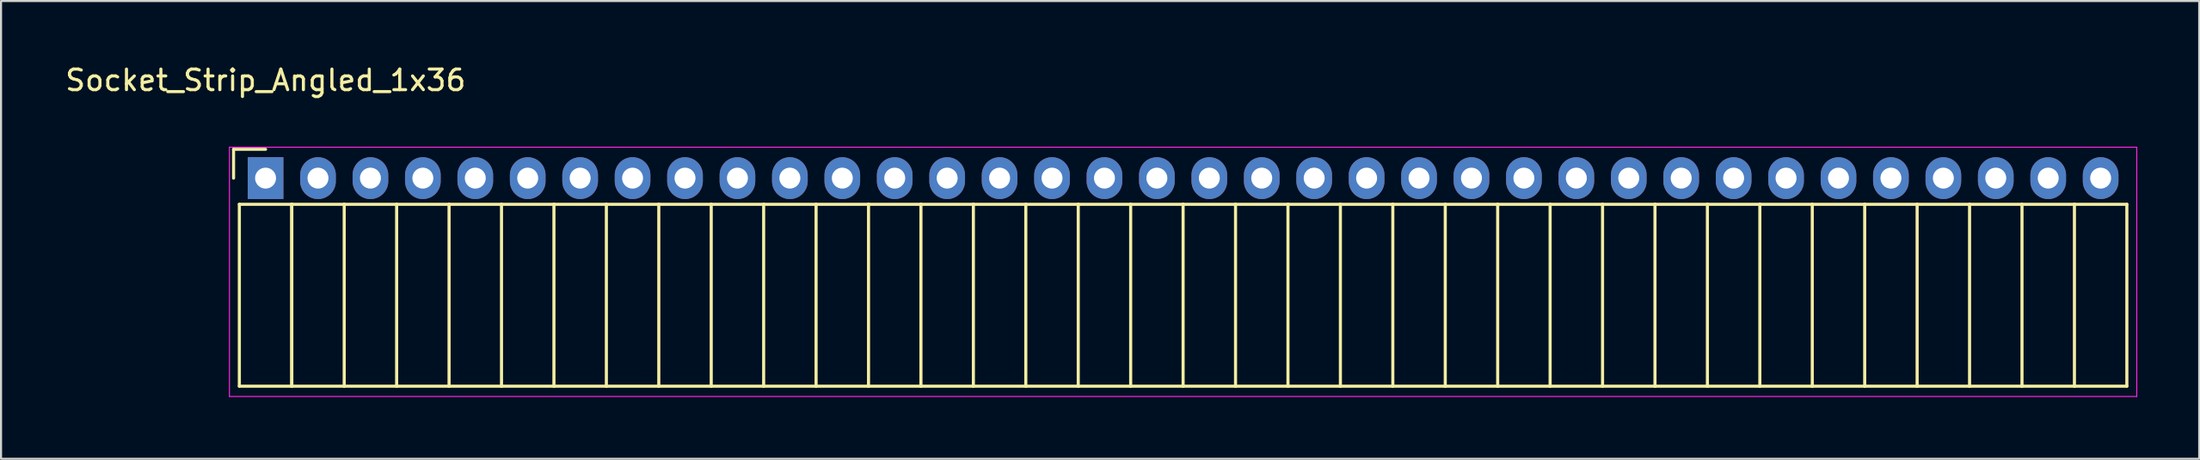
<source format=kicad_pcb>
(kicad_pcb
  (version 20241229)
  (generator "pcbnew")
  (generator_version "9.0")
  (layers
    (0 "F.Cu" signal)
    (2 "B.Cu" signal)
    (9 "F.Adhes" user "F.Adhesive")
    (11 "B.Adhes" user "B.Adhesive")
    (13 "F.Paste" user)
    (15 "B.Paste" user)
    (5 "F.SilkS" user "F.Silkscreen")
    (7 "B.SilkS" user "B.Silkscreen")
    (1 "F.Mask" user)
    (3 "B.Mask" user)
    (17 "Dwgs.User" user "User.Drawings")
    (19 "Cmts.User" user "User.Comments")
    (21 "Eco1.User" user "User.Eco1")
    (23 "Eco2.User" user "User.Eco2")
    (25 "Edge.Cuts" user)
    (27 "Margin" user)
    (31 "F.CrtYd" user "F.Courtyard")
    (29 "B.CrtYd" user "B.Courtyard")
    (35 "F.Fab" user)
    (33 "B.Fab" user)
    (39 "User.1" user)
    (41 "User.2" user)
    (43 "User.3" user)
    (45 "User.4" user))
  (footprint "Socket_Strip_Angled_1x36"
    (layer "F.Cu")
    (at 9.815 5.598)
    (property "Reference" "Socket_Strip_Angled_1x36" (at 0 -4.75 0) (layer "F.SilkS") (effects (font (size 1 1) (thickness 0.15))))
    (attr through_hole)
    (fp_line (start -1.55 -1.4) (end -1.55 0) (stroke (width 0.15) (type solid)) (layer "F.SilkS"))
    (fp_line (start -1.27 1.27) (end -1.27 10.1) (stroke (width 0.15) (type solid)) (layer "F.SilkS"))
    (fp_line (start -1.27 1.27) (end 1.27 1.27) (stroke (width 0.15) (type solid)) (layer "F.SilkS"))
    (fp_line (start -1.27 10.1) (end 1.27 10.1) (stroke (width 0.15) (type solid)) (layer "F.SilkS"))
    (fp_line (start 0 -1.4) (end -1.55 -1.4) (stroke (width 0.15) (type solid)) (layer "F.SilkS"))
    (fp_line (start 1.27 1.27) (end 1.27 10.1) (stroke (width 0.15) (type solid)) (layer "F.SilkS"))
    (fp_line (start 1.27 1.27) (end 3.81 1.27) (stroke (width 0.15) (type solid)) (layer "F.SilkS"))
    (fp_line (start 1.27 10.1) (end 1.27 1.27) (stroke (width 0.15) (type solid)) (layer "F.SilkS"))
    (fp_line (start 1.27 10.1) (end 3.81 10.1) (stroke (width 0.15) (type solid)) (layer "F.SilkS"))
    (fp_line (start 3.81 1.27) (end 6.35 1.27) (stroke (width 0.15) (type solid)) (layer "F.SilkS"))
    (fp_line (start 3.81 10.1) (end 3.81 1.27) (stroke (width 0.15) (type solid)) (layer "F.SilkS"))
    (fp_line (start 3.81 10.1) (end 6.35 10.1) (stroke (width 0.15) (type solid)) (layer "F.SilkS"))
    (fp_line (start 6.35 1.27) (end 8.89 1.27) (stroke (width 0.15) (type solid)) (layer "F.SilkS"))
    (fp_line (start 6.35 10.1) (end 6.35 1.27) (stroke (width 0.15) (type solid)) (layer "F.SilkS"))
    (fp_line (start 6.35 10.1) (end 8.89 10.1) (stroke (width 0.15) (type solid)) (layer "F.SilkS"))
    (fp_line (start 8.89 1.27) (end 11.43 1.27) (stroke (width 0.15) (type solid)) (layer "F.SilkS"))
    (fp_line (start 8.89 10.1) (end 8.89 1.27) (stroke (width 0.15) (type solid)) (layer "F.SilkS"))
    (fp_line (start 8.89 10.1) (end 11.43 10.1) (stroke (width 0.15) (type solid)) (layer "F.SilkS"))
    (fp_line (start 11.43 1.27) (end 13.97 1.27) (stroke (width 0.15) (type solid)) (layer "F.SilkS"))
    (fp_line (start 11.43 10.1) (end 11.43 1.27) (stroke (width 0.15) (type solid)) (layer "F.SilkS"))
    (fp_line (start 11.43 10.1) (end 13.97 10.1) (stroke (width 0.15) (type solid)) (layer "F.SilkS"))
    (fp_line (start 13.97 1.27) (end 16.51 1.27) (stroke (width 0.15) (type solid)) (layer "F.SilkS"))
    (fp_line (start 13.97 10.1) (end 13.97 1.27) (stroke (width 0.15) (type solid)) (layer "F.SilkS"))
    (fp_line (start 13.97 10.1) (end 16.51 10.1) (stroke (width 0.15) (type solid)) (layer "F.SilkS"))
    (fp_line (start 16.51 1.27) (end 19.05 1.27) (stroke (width 0.15) (type solid)) (layer "F.SilkS"))
    (fp_line (start 16.51 10.1) (end 16.51 1.27) (stroke (width 0.15) (type solid)) (layer "F.SilkS"))
    (fp_line (start 16.51 10.1) (end 19.05 10.1) (stroke (width 0.15) (type solid)) (layer "F.SilkS"))
    (fp_line (start 19.05 1.27) (end 21.59 1.27) (stroke (width 0.15) (type solid)) (layer "F.SilkS"))
    (fp_line (start 19.05 10.1) (end 19.05 1.27) (stroke (width 0.15) (type solid)) (layer "F.SilkS"))
    (fp_line (start 19.05 10.1) (end 21.59 10.1) (stroke (width 0.15) (type solid)) (layer "F.SilkS"))
    (fp_line (start 21.59 1.27) (end 24.13 1.27) (stroke (width 0.15) (type solid)) (layer "F.SilkS"))
    (fp_line (start 21.59 10.1) (end 21.59 1.27) (stroke (width 0.15) (type solid)) (layer "F.SilkS"))
    (fp_line (start 21.59 10.1) (end 24.13 10.1) (stroke (width 0.15) (type solid)) (layer "F.SilkS"))
    (fp_line (start 24.13 1.27) (end 26.67 1.27) (stroke (width 0.15) (type solid)) (layer "F.SilkS"))
    (fp_line (start 24.13 10.1) (end 24.13 1.27) (stroke (width 0.15) (type solid)) (layer "F.SilkS"))
    (fp_line (start 24.13 10.1) (end 26.67 10.1) (stroke (width 0.15) (type solid)) (layer "F.SilkS"))
    (fp_line (start 26.67 1.27) (end 29.21 1.27) (stroke (width 0.15) (type solid)) (layer "F.SilkS"))
    (fp_line (start 26.67 10.1) (end 26.67 1.27) (stroke (width 0.15) (type solid)) (layer "F.SilkS"))
    (fp_line (start 26.67 10.1) (end 29.21 10.1) (stroke (width 0.15) (type solid)) (layer "F.SilkS"))
    (fp_line (start 29.21 1.27) (end 31.75 1.27) (stroke (width 0.15) (type solid)) (layer "F.SilkS"))
    (fp_line (start 29.21 10.1) (end 29.21 1.27) (stroke (width 0.15) (type solid)) (layer "F.SilkS"))
    (fp_line (start 29.21 10.1) (end 31.75 10.1) (stroke (width 0.15) (type solid)) (layer "F.SilkS"))
    (fp_line (start 31.75 1.27) (end 34.29 1.27) (stroke (width 0.15) (type solid)) (layer "F.SilkS"))
    (fp_line (start 31.75 10.1) (end 31.75 1.27) (stroke (width 0.15) (type solid)) (layer "F.SilkS"))
    (fp_line (start 31.75 10.1) (end 34.29 10.1) (stroke (width 0.15) (type solid)) (layer "F.SilkS"))
    (fp_line (start 34.29 1.27) (end 36.83 1.27) (stroke (width 0.15) (type solid)) (layer "F.SilkS"))
    (fp_line (start 34.29 10.1) (end 34.29 1.27) (stroke (width 0.15) (type solid)) (layer "F.SilkS"))
    (fp_line (start 34.29 10.1) (end 36.83 10.1) (stroke (width 0.15) (type solid)) (layer "F.SilkS"))
    (fp_line (start 36.83 1.27) (end 39.37 1.27) (stroke (width 0.15) (type solid)) (layer "F.SilkS"))
    (fp_line (start 36.83 10.1) (end 36.83 1.27) (stroke (width 0.15) (type solid)) (layer "F.SilkS"))
    (fp_line (start 36.83 10.1) (end 39.37 10.1) (stroke (width 0.15) (type solid)) (layer "F.SilkS"))
    (fp_line (start 39.37 1.27) (end 41.91 1.27) (stroke (width 0.15) (type solid)) (layer "F.SilkS"))
    (fp_line (start 39.37 10.1) (end 39.37 1.27) (stroke (width 0.15) (type solid)) (layer "F.SilkS"))
    (fp_line (start 39.37 10.1) (end 41.91 10.1) (stroke (width 0.15) (type solid)) (layer "F.SilkS"))
    (fp_line (start 41.91 1.27) (end 44.45 1.27) (stroke (width 0.15) (type solid)) (layer "F.SilkS"))
    (fp_line (start 41.91 10.1) (end 41.91 1.27) (stroke (width 0.15) (type solid)) (layer "F.SilkS"))
    (fp_line (start 41.91 10.1) (end 44.45 10.1) (stroke (width 0.15) (type solid)) (layer "F.SilkS"))
    (fp_line (start 44.45 1.27) (end 46.99 1.27) (stroke (width 0.15) (type solid)) (layer "F.SilkS"))
    (fp_line (start 44.45 10.1) (end 44.45 1.27) (stroke (width 0.15) (type solid)) (layer "F.SilkS"))
    (fp_line (start 44.45 10.1) (end 46.99 10.1) (stroke (width 0.15) (type solid)) (layer "F.SilkS"))
    (fp_line (start 46.99 1.27) (end 49.53 1.27) (stroke (width 0.15) (type solid)) (layer "F.SilkS"))
    (fp_line (start 46.99 10.1) (end 46.99 1.27) (stroke (width 0.15) (type solid)) (layer "F.SilkS"))
    (fp_line (start 46.99 10.1) (end 49.53 10.1) (stroke (width 0.15) (type solid)) (layer "F.SilkS"))
    (fp_line (start 49.53 1.27) (end 52.07 1.27) (stroke (width 0.15) (type solid)) (layer "F.SilkS"))
    (fp_line (start 49.53 10.1) (end 49.53 1.27) (stroke (width 0.15) (type solid)) (layer "F.SilkS"))
    (fp_line (start 49.53 10.1) (end 52.07 10.1) (stroke (width 0.15) (type solid)) (layer "F.SilkS"))
    (fp_line (start 52.07 1.27) (end 54.61 1.27) (stroke (width 0.15) (type solid)) (layer "F.SilkS"))
    (fp_line (start 52.07 10.1) (end 52.07 1.27) (stroke (width 0.15) (type solid)) (layer "F.SilkS"))
    (fp_line (start 52.07 10.1) (end 54.61 10.1) (stroke (width 0.15) (type solid)) (layer "F.SilkS"))
    (fp_line (start 54.61 1.27) (end 57.15 1.27) (stroke (width 0.15) (type solid)) (layer "F.SilkS"))
    (fp_line (start 54.61 10.1) (end 54.61 1.27) (stroke (width 0.15) (type solid)) (layer "F.SilkS"))
    (fp_line (start 54.61 10.1) (end 57.15 10.1) (stroke (width 0.15) (type solid)) (layer "F.SilkS"))
    (fp_line (start 57.15 1.27) (end 59.69 1.27) (stroke (width 0.15) (type solid)) (layer "F.SilkS"))
    (fp_line (start 57.15 10.1) (end 57.15 1.27) (stroke (width 0.15) (type solid)) (layer "F.SilkS"))
    (fp_line (start 57.15 10.1) (end 59.69 10.1) (stroke (width 0.15) (type solid)) (layer "F.SilkS"))
    (fp_line (start 59.69 1.27) (end 62.23 1.27) (stroke (width 0.15) (type solid)) (layer "F.SilkS"))
    (fp_line (start 59.69 10.1) (end 59.69 1.27) (stroke (width 0.15) (type solid)) (layer "F.SilkS"))
    (fp_line (start 59.69 10.1) (end 62.23 10.1) (stroke (width 0.15) (type solid)) (layer "F.SilkS"))
    (fp_line (start 62.23 1.27) (end 64.77 1.27) (stroke (width 0.15) (type solid)) (layer "F.SilkS"))
    (fp_line (start 62.23 10.1) (end 62.23 1.27) (stroke (width 0.15) (type solid)) (layer "F.SilkS"))
    (fp_line (start 62.23 10.1) (end 64.77 10.1) (stroke (width 0.15) (type solid)) (layer "F.SilkS"))
    (fp_line (start 64.77 1.27) (end 67.31 1.27) (stroke (width 0.15) (type solid)) (layer "F.SilkS"))
    (fp_line (start 64.77 10.1) (end 64.77 1.27) (stroke (width 0.15) (type solid)) (layer "F.SilkS"))
    (fp_line (start 64.77 10.1) (end 67.31 10.1) (stroke (width 0.15) (type solid)) (layer "F.SilkS"))
    (fp_line (start 67.31 1.27) (end 69.85 1.27) (stroke (width 0.15) (type solid)) (layer "F.SilkS"))
    (fp_line (start 67.31 10.1) (end 67.31 1.27) (stroke (width 0.15) (type solid)) (layer "F.SilkS"))
    (fp_line (start 67.31 10.1) (end 69.85 10.1) (stroke (width 0.15) (type solid)) (layer "F.SilkS"))
    (fp_line (start 69.85 1.27) (end 72.39 1.27) (stroke (width 0.15) (type solid)) (layer "F.SilkS"))
    (fp_line (start 69.85 10.1) (end 69.85 1.27) (stroke (width 0.15) (type solid)) (layer "F.SilkS"))
    (fp_line (start 69.85 10.1) (end 72.39 10.1) (stroke (width 0.15) (type solid)) (layer "F.SilkS"))
    (fp_line (start 72.39 1.27) (end 74.93 1.27) (stroke (width 0.15) (type solid)) (layer "F.SilkS"))
    (fp_line (start 72.39 10.1) (end 72.39 1.27) (stroke (width 0.15) (type solid)) (layer "F.SilkS"))
    (fp_line (start 72.39 10.1) (end 74.93 10.1) (stroke (width 0.15) (type solid)) (layer "F.SilkS"))
    (fp_line (start 74.93 1.27) (end 77.47 1.27) (stroke (width 0.15) (type solid)) (layer "F.SilkS"))
    (fp_line (start 74.93 10.1) (end 74.93 1.27) (stroke (width 0.15) (type solid)) (layer "F.SilkS"))
    (fp_line (start 74.93 10.1) (end 77.47 10.1) (stroke (width 0.15) (type solid)) (layer "F.SilkS"))
    (fp_line (start 77.47 1.27) (end 80.01 1.27) (stroke (width 0.15) (type solid)) (layer "F.SilkS"))
    (fp_line (start 77.47 10.1) (end 77.47 1.27) (stroke (width 0.15) (type solid)) (layer "F.SilkS"))
    (fp_line (start 77.47 10.1) (end 80.01 10.1) (stroke (width 0.15) (type solid)) (layer "F.SilkS"))
    (fp_line (start 80.01 1.27) (end 82.55 1.27) (stroke (width 0.15) (type solid)) (layer "F.SilkS"))
    (fp_line (start 80.01 10.1) (end 80.01 1.27) (stroke (width 0.15) (type solid)) (layer "F.SilkS"))
    (fp_line (start 80.01 10.1) (end 82.55 10.1) (stroke (width 0.15) (type solid)) (layer "F.SilkS"))
    (fp_line (start 82.55 1.27) (end 85.09 1.27) (stroke (width 0.15) (type solid)) (layer "F.SilkS"))
    (fp_line (start 82.55 10.1) (end 82.55 1.27) (stroke (width 0.15) (type solid)) (layer "F.SilkS"))
    (fp_line (start 82.55 10.1) (end 85.09 10.1) (stroke (width 0.15) (type solid)) (layer "F.SilkS"))
    (fp_line (start 85.09 1.27) (end 87.63 1.27) (stroke (width 0.15) (type solid)) (layer "F.SilkS"))
    (fp_line (start 85.09 10.1) (end 85.09 1.27) (stroke (width 0.15) (type solid)) (layer "F.SilkS"))
    (fp_line (start 85.09 10.1) (end 87.63 10.1) (stroke (width 0.15) (type solid)) (layer "F.SilkS"))
    (fp_line (start 87.63 1.27) (end 90.17 1.27) (stroke (width 0.15) (type solid)) (layer "F.SilkS"))
    (fp_line (start 87.63 10.1) (end 87.63 1.27) (stroke (width 0.15) (type solid)) (layer "F.SilkS"))
    (fp_line (start 87.63 10.1) (end 90.17 10.1) (stroke (width 0.15) (type solid)) (layer "F.SilkS"))
    (fp_line (start 90.17 10.1) (end 90.17 1.27) (stroke (width 0.15) (type solid)) (layer "F.SilkS"))
    (fp_line (start -1.75 -1.5) (end -1.75 10.6) (stroke (width 0.05) (type solid)) (layer "F.CrtYd"))
    (fp_line (start -1.75 -1.5) (end 90.65 -1.5) (stroke (width 0.05) (type solid)) (layer "F.CrtYd"))
    (fp_line (start -1.75 10.6) (end 90.65 10.6) (stroke (width 0.05) (type solid)) (layer "F.CrtYd"))
    (fp_line (start 90.65 -1.5) (end 90.65 10.6) (stroke (width 0.05) (type solid)) (layer "F.CrtYd"))
    (pad "1" thru_hole rect (at 0 0) (size 1.727 2.032) (drill 1.016) (layers "*.Cu" "*.Mask"))
    (pad "2" thru_hole oval (at 2.54 0) (size 1.727 2.032) (drill 1.016) (layers "*.Cu" "*.Mask"))
    (pad "3" thru_hole oval (at 5.08 0) (size 1.727 2.032) (drill 1.016) (layers "*.Cu" "*.Mask"))
    (pad "4" thru_hole oval (at 7.62 0) (size 1.727 2.032) (drill 1.016) (layers "*.Cu" "*.Mask"))
    (pad "5" thru_hole oval (at 10.16 0) (size 1.727 2.032) (drill 1.016) (layers "*.Cu" "*.Mask"))
    (pad "6" thru_hole oval (at 12.7 0) (size 1.727 2.032) (drill 1.016) (layers "*.Cu" "*.Mask"))
    (pad "7" thru_hole oval (at 15.24 0) (size 1.727 2.032) (drill 1.016) (layers "*.Cu" "*.Mask"))
    (pad "8" thru_hole oval (at 17.78 0) (size 1.727 2.032) (drill 1.016) (layers "*.Cu" "*.Mask"))
    (pad "9" thru_hole oval (at 20.32 0) (size 1.727 2.032) (drill 1.016) (layers "*.Cu" "*.Mask"))
    (pad "10" thru_hole oval (at 22.86 0) (size 1.727 2.032) (drill 1.016) (layers "*.Cu" "*.Mask"))
    (pad "11" thru_hole oval (at 25.4 0) (size 1.727 2.032) (drill 1.016) (layers "*.Cu" "*.Mask"))
    (pad "12" thru_hole oval (at 27.94 0) (size 1.727 2.032) (drill 1.016) (layers "*.Cu" "*.Mask"))
    (pad "13" thru_hole oval (at 30.48 0) (size 1.727 2.032) (drill 1.016) (layers "*.Cu" "*.Mask"))
    (pad "14" thru_hole oval (at 33.02 0) (size 1.727 2.032) (drill 1.016) (layers "*.Cu" "*.Mask"))
    (pad "15" thru_hole oval (at 35.56 0) (size 1.727 2.032) (drill 1.016) (layers "*.Cu" "*.Mask"))
    (pad "16" thru_hole oval (at 38.1 0) (size 1.727 2.032) (drill 1.016) (layers "*.Cu" "*.Mask"))
    (pad "17" thru_hole oval (at 40.64 0) (size 1.727 2.032) (drill 1.016) (layers "*.Cu" "*.Mask"))
    (pad "18" thru_hole oval (at 43.18 0) (size 1.727 2.032) (drill 1.016) (layers "*.Cu" "*.Mask"))
    (pad "19" thru_hole oval (at 45.72 0) (size 1.727 2.032) (drill 1.016) (layers "*.Cu" "*.Mask"))
    (pad "20" thru_hole oval (at 48.26 0) (size 1.727 2.032) (drill 1.016) (layers "*.Cu" "*.Mask"))
    (pad "21" thru_hole oval (at 50.8 0) (size 1.727 2.032) (drill 1.016) (layers "*.Cu" "*.Mask"))
    (pad "22" thru_hole oval (at 53.34 0) (size 1.727 2.032) (drill 1.016) (layers "*.Cu" "*.Mask"))
    (pad "23" thru_hole oval (at 55.88 0) (size 1.727 2.032) (drill 1.016) (layers "*.Cu" "*.Mask"))
    (pad "24" thru_hole oval (at 58.42 0) (size 1.727 2.032) (drill 1.016) (layers "*.Cu" "*.Mask"))
    (pad "25" thru_hole oval (at 60.96 0) (size 1.727 2.032) (drill 1.016) (layers "*.Cu" "*.Mask"))
    (pad "26" thru_hole oval (at 63.5 0) (size 1.727 2.032) (drill 1.016) (layers "*.Cu" "*.Mask"))
    (pad "27" thru_hole oval (at 66.04 0) (size 1.727 2.032) (drill 1.016) (layers "*.Cu" "*.Mask"))
    (pad "28" thru_hole oval (at 68.58 0) (size 1.727 2.032) (drill 1.016) (layers "*.Cu" "*.Mask"))
    (pad "29" thru_hole oval (at 71.12 0) (size 1.727 2.032) (drill 1.016) (layers "*.Cu" "*.Mask"))
    (pad "30" thru_hole oval (at 73.66 0) (size 1.727 2.032) (drill 1.016) (layers "*.Cu" "*.Mask"))
    (pad "31" thru_hole oval (at 76.2 0) (size 1.727 2.032) (drill 1.016) (layers "*.Cu" "*.Mask"))
    (pad "32" thru_hole oval (at 78.74 0) (size 1.727 2.032) (drill 1.016) (layers "*.Cu" "*.Mask"))
    (pad "33" thru_hole oval (at 81.28 0) (size 1.727 2.032) (drill 1.016) (layers "*.Cu" "*.Mask"))
    (pad "34" thru_hole oval (at 83.82 0) (size 1.727 2.032) (drill 1.016) (layers "*.Cu" "*.Mask"))
    (pad "35" thru_hole oval (at 86.36 0) (size 1.727 2.032) (drill 1.016) (layers "*.Cu" "*.Mask"))
    (pad "36" thru_hole oval (at 88.9 0) (size 1.727 2.032) (drill 1.016) (layers "*.Cu" "*.Mask")))
  (gr_rect
    (start -3 -3)
    (end 103.49 19.223)
    (stroke (width 0.1) (type default))
    (fill no)
    (layer "Edge.Cuts")))
</source>
